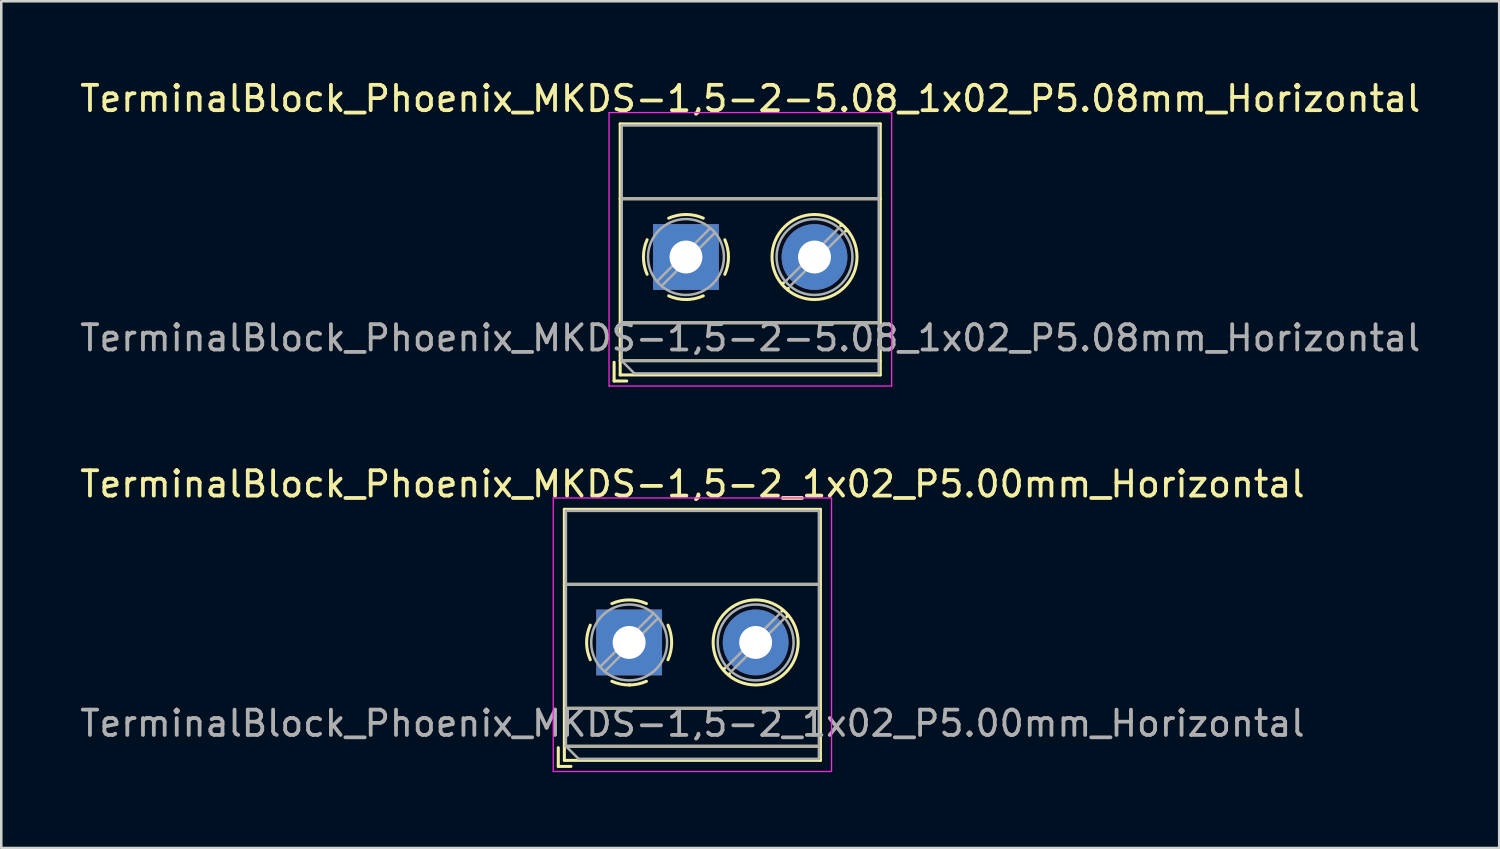
<source format=kicad_pcb>
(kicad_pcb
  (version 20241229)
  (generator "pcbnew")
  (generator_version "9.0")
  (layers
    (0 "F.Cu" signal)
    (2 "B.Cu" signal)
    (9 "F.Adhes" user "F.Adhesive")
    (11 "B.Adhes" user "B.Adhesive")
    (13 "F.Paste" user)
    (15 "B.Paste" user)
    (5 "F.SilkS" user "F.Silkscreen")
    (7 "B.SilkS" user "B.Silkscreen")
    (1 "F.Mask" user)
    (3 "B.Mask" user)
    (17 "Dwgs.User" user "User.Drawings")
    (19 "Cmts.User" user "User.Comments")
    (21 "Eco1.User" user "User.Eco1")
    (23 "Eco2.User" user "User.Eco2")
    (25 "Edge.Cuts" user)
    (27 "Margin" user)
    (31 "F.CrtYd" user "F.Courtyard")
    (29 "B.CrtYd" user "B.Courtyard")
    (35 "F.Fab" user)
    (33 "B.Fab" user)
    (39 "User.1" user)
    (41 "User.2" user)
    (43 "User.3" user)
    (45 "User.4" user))
  (footprint "TerminalBlock_Phoenix_MKDS-1,5-2_1x02_P5.00mm_Horizontal"
    (layer "F.Cu")
    (at 21.815 22.341)
    (property "Reference" "TerminalBlock_Phoenix_MKDS-1,5-2_1x02_P5.00mm_Horizontal" (at 2.5 -6.26 0) (layer "F.SilkS") (effects (font (size 1 1) (thickness 0.15))))
    (attr through_hole)
    (fp_line (start -2.8 4.16) (end -2.8 4.9) (stroke (width 0.12) (type solid)) (layer "F.SilkS"))
    (fp_line (start -2.8 4.9) (end -2.3 4.9) (stroke (width 0.12) (type solid)) (layer "F.SilkS"))
    (fp_line (start -2.56 -5.261) (end -2.56 4.66) (stroke (width 0.12) (type solid)) (layer "F.SilkS"))
    (fp_line (start -2.56 -5.261) (end 7.56 -5.261) (stroke (width 0.12) (type solid)) (layer "F.SilkS"))
    (fp_line (start -2.56 -2.301) (end 7.56 -2.301) (stroke (width 0.12) (type solid)) (layer "F.SilkS"))
    (fp_line (start -2.56 2.6) (end 7.56 2.6) (stroke (width 0.12) (type solid)) (layer "F.SilkS"))
    (fp_line (start -2.56 4.1) (end 7.56 4.1) (stroke (width 0.12) (type solid)) (layer "F.SilkS"))
    (fp_line (start -2.56 4.66) (end 7.56 4.66) (stroke (width 0.12) (type solid)) (layer "F.SilkS"))
    (fp_line (start 3.773 1.023) (end 3.726 1.069) (stroke (width 0.12) (type solid)) (layer "F.SilkS"))
    (fp_line (start 3.966 1.239) (end 3.931 1.274) (stroke (width 0.12) (type solid)) (layer "F.SilkS"))
    (fp_line (start 6.07 -1.275) (end 6.035 -1.239) (stroke (width 0.12) (type solid)) (layer "F.SilkS"))
    (fp_line (start 6.275 -1.069) (end 6.228 -1.023) (stroke (width 0.12) (type solid)) (layer "F.SilkS"))
    (fp_line (start 7.56 -5.261) (end 7.56 4.66) (stroke (width 0.12) (type solid)) (layer "F.SilkS"))
    (fp_arc (start -1.535427 0.683042) (mid -1.680501 -0.000524) (end -1.535 -0.684) (stroke (width 0.12) (type solid)) (layer "F.SilkS"))
    (fp_arc (start -0.683042 -1.535427) (mid 0.000524 -1.680501) (end 0.684 -1.535) (stroke (width 0.12) (type solid)) (layer "F.SilkS"))
    (fp_arc (start 0.028805 1.680253) (mid -0.335551 1.646659) (end -0.684 1.535) (stroke (width 0.12) (type solid)) (layer "F.SilkS"))
    (fp_arc (start 0.683318 1.534756) (mid 0.349292 1.643288) (end 0 1.68) (stroke (width 0.12) (type solid)) (layer "F.SilkS"))
    (fp_arc (start 1.535427 -0.683042) (mid 1.680501 0.000524) (end 1.535 0.684) (stroke (width 0.12) (type solid)) (layer "F.SilkS"))
    (fp_circle (center 5 0) (end 6.68 0) (stroke (width 0.12) (type solid)) (fill no) (layer "F.SilkS"))
    (fp_line (start -3 -5.71) (end -3 5.1) (stroke (width 0.05) (type solid)) (layer "F.CrtYd"))
    (fp_line (start -3 5.1) (end 8 5.1) (stroke (width 0.05) (type solid)) (layer "F.CrtYd"))
    (fp_line (start 8 -5.71) (end -3 -5.71) (stroke (width 0.05) (type solid)) (layer "F.CrtYd"))
    (fp_line (start 8 5.1) (end 8 -5.71) (stroke (width 0.05) (type solid)) (layer "F.CrtYd"))
    (fp_line (start -2.5 -5.2) (end 7.5 -5.2) (stroke (width 0.1) (type solid)) (layer "F.Fab"))
    (fp_line (start -2.5 -2.3) (end 7.5 -2.3) (stroke (width 0.1) (type solid)) (layer "F.Fab"))
    (fp_line (start -2.5 2.6) (end 7.5 2.6) (stroke (width 0.1) (type solid)) (layer "F.Fab"))
    (fp_line (start -2.5 4.1) (end -2.5 -5.2) (stroke (width 0.1) (type solid)) (layer "F.Fab"))
    (fp_line (start -2.5 4.1) (end 7.5 4.1) (stroke (width 0.1) (type solid)) (layer "F.Fab"))
    (fp_line (start -2 4.6) (end -2.5 4.1) (stroke (width 0.1) (type solid)) (layer "F.Fab"))
    (fp_line (start 0.955 -1.138) (end -1.138 0.955) (stroke (width 0.1) (type solid)) (layer "F.Fab"))
    (fp_line (start 1.138 -0.955) (end -0.955 1.138) (stroke (width 0.1) (type solid)) (layer "F.Fab"))
    (fp_line (start 5.955 -1.138) (end 3.863 0.955) (stroke (width 0.1) (type solid)) (layer "F.Fab"))
    (fp_line (start 6.138 -0.955) (end 4.046 1.138) (stroke (width 0.1) (type solid)) (layer "F.Fab"))
    (fp_line (start 7.5 -5.2) (end 7.5 4.6) (stroke (width 0.1) (type solid)) (layer "F.Fab"))
    (fp_line (start 7.5 4.6) (end -2 4.6) (stroke (width 0.1) (type solid)) (layer "F.Fab"))
    (fp_circle (center 0 0) (end 1.5 0) (stroke (width 0.1) (type solid)) (fill no) (layer "F.Fab"))
    (fp_circle (center 5 0) (end 6.5 0) (stroke (width 0.1) (type solid)) (fill no) (layer "F.Fab"))
    (fp_text user "${REFERENCE}" (at 2.5 3.2 0) (layer "F.Fab") (effects (font (size 1 1) (thickness 0.15))))
    (pad "1" thru_hole rect (at 0 0) (size 2.6 2.6) (drill 1.3) (layers "*.Cu" "*.Mask"))
    (pad "2" thru_hole circle (at 5 0) (size 2.6 2.6) (drill 1.3) (layers "*.Cu" "*.Mask")))
  (footprint "TerminalBlock_Phoenix_MKDS-1,5-2-5.08_1x02_P5.08mm_Horizontal"
    (layer "F.Cu")
    (at 24.061 7.108)
    (property "Reference" "TerminalBlock_Phoenix_MKDS-1,5-2-5.08_1x02_P5.08mm_Horizontal" (at 2.54 -6.26 0) (layer "F.SilkS") (effects (font (size 1 1) (thickness 0.15))))
    (attr through_hole)
    (fp_line (start -2.84 4.16) (end -2.84 4.9) (stroke (width 0.12) (type solid)) (layer "F.SilkS"))
    (fp_line (start -2.84 4.9) (end -2.34 4.9) (stroke (width 0.12) (type solid)) (layer "F.SilkS"))
    (fp_line (start -2.6 -5.261) (end -2.6 4.66) (stroke (width 0.12) (type solid)) (layer "F.SilkS"))
    (fp_line (start -2.6 -5.261) (end 7.68 -5.261) (stroke (width 0.12) (type solid)) (layer "F.SilkS"))
    (fp_line (start -2.6 -2.301) (end 7.68 -2.301) (stroke (width 0.12) (type solid)) (layer "F.SilkS"))
    (fp_line (start -2.6 2.6) (end 7.68 2.6) (stroke (width 0.12) (type solid)) (layer "F.SilkS"))
    (fp_line (start -2.6 4.1) (end 7.68 4.1) (stroke (width 0.12) (type solid)) (layer "F.SilkS"))
    (fp_line (start -2.6 4.66) (end 7.68 4.66) (stroke (width 0.12) (type solid)) (layer "F.SilkS"))
    (fp_line (start 3.853 1.023) (end 3.806 1.069) (stroke (width 0.12) (type solid)) (layer "F.SilkS"))
    (fp_line (start 4.046 1.239) (end 4.011 1.274) (stroke (width 0.12) (type solid)) (layer "F.SilkS"))
    (fp_line (start 6.15 -1.275) (end 6.115 -1.239) (stroke (width 0.12) (type solid)) (layer "F.SilkS"))
    (fp_line (start 6.355 -1.069) (end 6.308 -1.023) (stroke (width 0.12) (type solid)) (layer "F.SilkS"))
    (fp_line (start 7.68 -5.261) (end 7.68 4.66) (stroke (width 0.12) (type solid)) (layer "F.SilkS"))
    (fp_arc (start -1.535427 0.683042) (mid -1.680501 -0.000524) (end -1.535 -0.684) (stroke (width 0.12) (type solid)) (layer "F.SilkS"))
    (fp_arc (start -0.683042 -1.535427) (mid 0.000524 -1.680501) (end 0.684 -1.535) (stroke (width 0.12) (type solid)) (layer "F.SilkS"))
    (fp_arc (start 0.028805 1.680253) (mid -0.335551 1.646659) (end -0.684 1.535) (stroke (width 0.12) (type solid)) (layer "F.SilkS"))
    (fp_arc (start 0.683318 1.534756) (mid 0.349292 1.643288) (end 0 1.68) (stroke (width 0.12) (type solid)) (layer "F.SilkS"))
    (fp_arc (start 1.535427 -0.683042) (mid 1.680501 0.000524) (end 1.535 0.684) (stroke (width 0.12) (type solid)) (layer "F.SilkS"))
    (fp_circle (center 5.08 0) (end 6.76 0) (stroke (width 0.12) (type solid)) (fill no) (layer "F.SilkS"))
    (fp_line (start -3.04 -5.71) (end -3.04 5.1) (stroke (width 0.05) (type solid)) (layer "F.CrtYd"))
    (fp_line (start -3.04 5.1) (end 8.13 5.1) (stroke (width 0.05) (type solid)) (layer "F.CrtYd"))
    (fp_line (start 8.13 -5.71) (end -3.04 -5.71) (stroke (width 0.05) (type solid)) (layer "F.CrtYd"))
    (fp_line (start 8.13 5.1) (end 8.13 -5.71) (stroke (width 0.05) (type solid)) (layer "F.CrtYd"))
    (fp_line (start -2.54 -5.2) (end 7.62 -5.2) (stroke (width 0.1) (type solid)) (layer "F.Fab"))
    (fp_line (start -2.54 -2.3) (end 7.62 -2.3) (stroke (width 0.1) (type solid)) (layer "F.Fab"))
    (fp_line (start -2.54 2.6) (end 7.62 2.6) (stroke (width 0.1) (type solid)) (layer "F.Fab"))
    (fp_line (start -2.54 4.1) (end -2.54 -5.2) (stroke (width 0.1) (type solid)) (layer "F.Fab"))
    (fp_line (start -2.54 4.1) (end 7.62 4.1) (stroke (width 0.1) (type solid)) (layer "F.Fab"))
    (fp_line (start -2.04 4.6) (end -2.54 4.1) (stroke (width 0.1) (type solid)) (layer "F.Fab"))
    (fp_line (start 0.955 -1.138) (end -1.138 0.955) (stroke (width 0.1) (type solid)) (layer "F.Fab"))
    (fp_line (start 1.138 -0.955) (end -0.955 1.138) (stroke (width 0.1) (type solid)) (layer "F.Fab"))
    (fp_line (start 6.035 -1.138) (end 3.943 0.955) (stroke (width 0.1) (type solid)) (layer "F.Fab"))
    (fp_line (start 6.218 -0.955) (end 4.126 1.138) (stroke (width 0.1) (type solid)) (layer "F.Fab"))
    (fp_line (start 7.62 -5.2) (end 7.62 4.6) (stroke (width 0.1) (type solid)) (layer "F.Fab"))
    (fp_line (start 7.62 4.6) (end -2.04 4.6) (stroke (width 0.1) (type solid)) (layer "F.Fab"))
    (fp_circle (center 0 0) (end 1.5 0) (stroke (width 0.1) (type solid)) (fill no) (layer "F.Fab"))
    (fp_circle (center 5.08 0) (end 6.58 0) (stroke (width 0.1) (type solid)) (fill no) (layer "F.Fab"))
    (fp_text user "${REFERENCE}" (at 2.54 3.2 0) (layer "F.Fab") (effects (font (size 1 1) (thickness 0.15))))
    (pad "1" thru_hole rect (at 0 0) (size 2.6 2.6) (drill 1.3) (layers "*.Cu" "*.Mask"))
    (pad "2" thru_hole circle (at 5.08 0) (size 2.6 2.6) (drill 1.3) (layers "*.Cu" "*.Mask")))
  (gr_rect
    (start -3 -3)
    (end 56.202 30.466)
    (stroke (width 0.1) (type default))
    (fill no)
    (layer "Edge.Cuts")))
</source>
